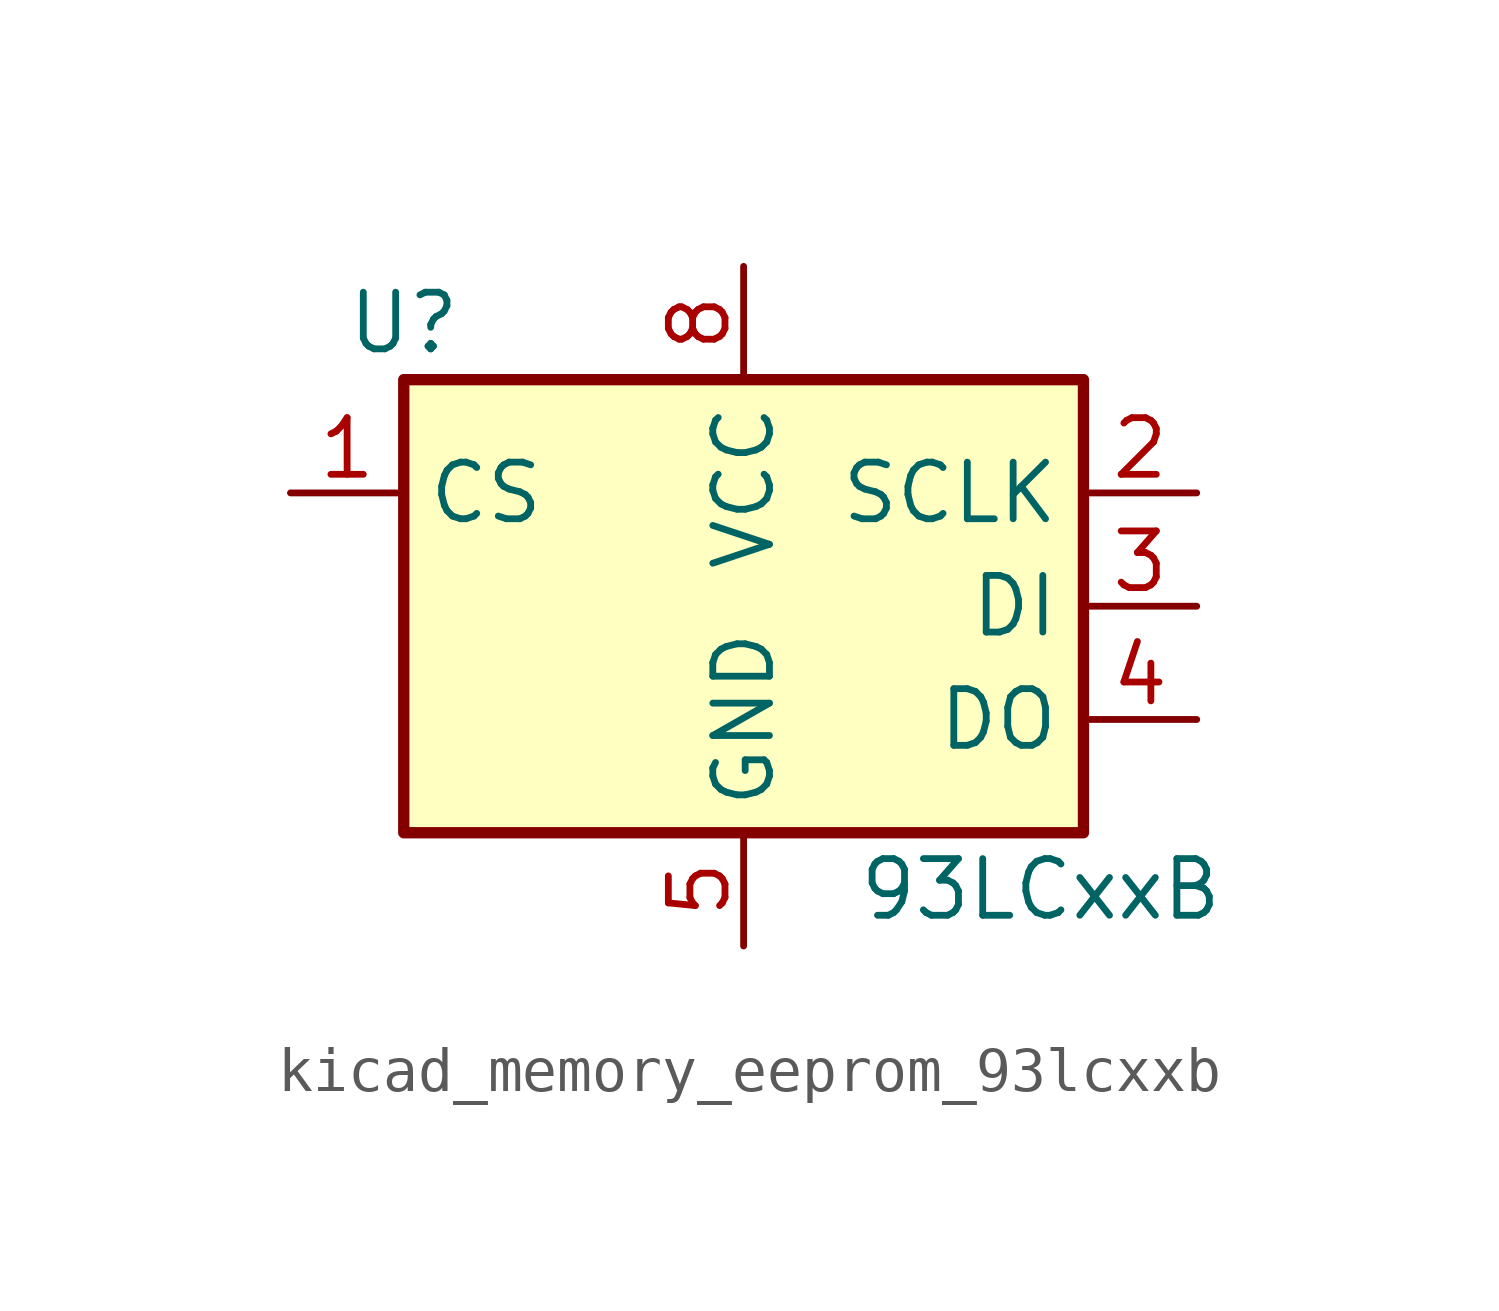
<source format=kicad_sym>
(kicad_symbol_lib
  (version 20220914)
  (generator kicad_symbol_editor)
  (symbol "kicad_memory_eeprom_93lcxxb"
    (property "Reference" "U"
      (at -7.62 6.35 0)
      (effects (font (size 1.27 1.27))))
    (property "Value" "93LCxxB"
      (at 2.54 -6.35 0)
      (effects (font (size 1.27 1.27)) (justify left)))
    (symbol "kicad_memory_eeprom_93lcxxb_1_1"
      (rectangle (start -7.62 5.08) (end 7.62 -5.08) (stroke (width 0.254) (type default)) (fill (type background)))
      (pin input line (at -10.16 2.54 0) (length 2.54) (name "CS" (effects (font (size 1.27 1.27)))) (number "1" (effects (font (size 1.27 1.27)))))
      (pin input line (at 10.16 2.54 180) (length 2.54) (name "SCLK" (effects (font (size 1.27 1.27)))) (number "2" (effects (font (size 1.27 1.27)))))
      (pin input line (at 10.16 0 180) (length 2.54) (name "DI" (effects (font (size 1.27 1.27)))) (number "3" (effects (font (size 1.27 1.27)))))
      (pin tri_state line (at 10.16 -2.54 180) (length 2.54) (name "DO" (effects (font (size 1.27 1.27)))) (number "4" (effects (font (size 1.27 1.27)))))
      (pin power_in line (at 0 -7.62 90) (length 2.54) (name "GND" (effects (font (size 1.27 1.27)))) (number "5" (effects (font (size 1.27 1.27)))))
      (pin no_connect line (at -7.62 0 0) (length 2.54) hide (name "NC" (effects (font (size 1.27 1.27)))) (number "6" (effects (font (size 1.27 1.27)))))
      (pin no_connect line (at -7.62 -2.54 0) (length 2.54) hide (name "NC" (effects (font (size 1.27 1.27)))) (number "7" (effects (font (size 1.27 1.27)))))
      (pin power_in line (at 0 7.62 270) (length 2.54) (name "VCC" (effects (font (size 1.27 1.27)))) (number "8" (effects (font (size 1.27 1.27))))))))
</source>
